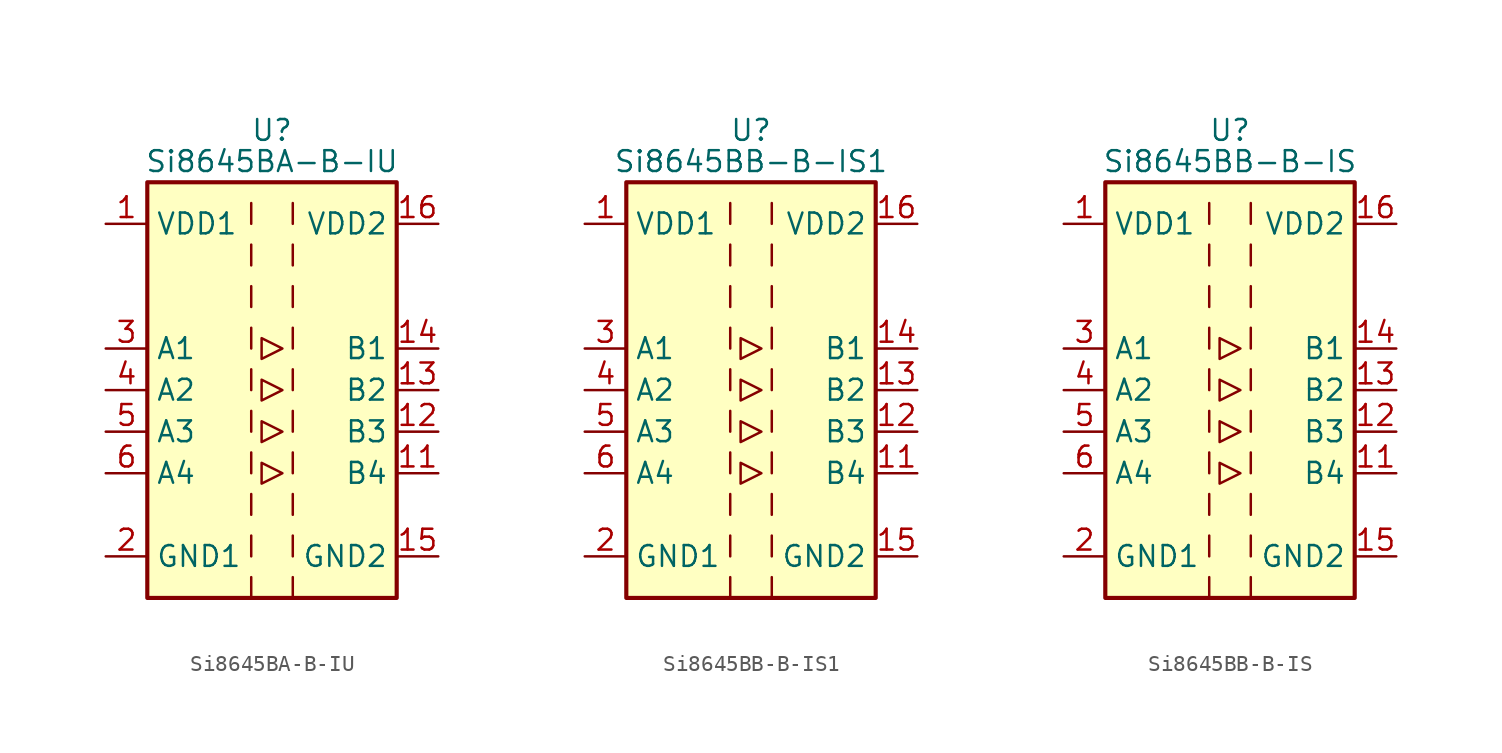
<source format=kicad_sym>
(kicad_symbol_lib
  (version 20201005)
  (generator kicad_symbol_editor)
  (symbol "Isolator_Digital:Si8645BA-B-IU"
    (property "Reference" "U"
      (at 0 15.875 0)
      (effects (font (size 1.27 1.27))))
    (property "Value" "Si8645BA-B-IU"
      (at 0 13.97 0)
      (effects (font (size 1.27 1.27))))
    (symbol "Si8645BA-B-IU_0_1"
      (rectangle (start -7.62 12.7) (end 7.62 -12.7) (stroke (width 0.254)) (fill (type background)))
      (polyline (pts (xy -1.27 -11.43) (xy -1.27 -12.7)) (stroke (width 0)) (fill (type none)))
      (polyline (pts (xy -1.27 -8.89) (xy -1.27 -10.16)) (stroke (width 0)) (fill (type none)))
      (polyline (pts (xy -1.27 -6.35) (xy -1.27 -7.62)) (stroke (width 0)) (fill (type none)))
      (polyline (pts (xy -1.27 -3.81) (xy -1.27 -5.08)) (stroke (width 0)) (fill (type none)))
      (polyline (pts (xy -1.27 -1.27) (xy -1.27 -2.54)) (stroke (width 0)) (fill (type none)))
      (polyline (pts (xy -1.27 1.27) (xy -1.27 0)) (stroke (width 0)) (fill (type none)))
      (polyline (pts (xy -1.27 3.81) (xy -1.27 2.54)) (stroke (width 0)) (fill (type none)))
      (polyline (pts (xy -1.27 6.35) (xy -1.27 5.08)) (stroke (width 0)) (fill (type none)))
      (polyline (pts (xy -1.27 8.89) (xy -1.27 7.62)) (stroke (width 0)) (fill (type none)))
      (polyline (pts (xy -1.27 11.43) (xy -1.27 10.16)) (stroke (width 0)) (fill (type none)))
      (polyline (pts (xy 1.27 -11.43) (xy 1.27 -12.7)) (stroke (width 0)) (fill (type none)))
      (polyline (pts (xy 1.27 -8.89) (xy 1.27 -10.16)) (stroke (width 0)) (fill (type none)))
      (polyline (pts (xy 1.27 -6.35) (xy 1.27 -7.62)) (stroke (width 0)) (fill (type none)))
      (polyline (pts (xy 1.27 -3.81) (xy 1.27 -5.08)) (stroke (width 0)) (fill (type none)))
      (polyline (pts (xy 1.27 -1.27) (xy 1.27 -2.54)) (stroke (width 0)) (fill (type none)))
      (polyline (pts (xy 1.27 1.27) (xy 1.27 0)) (stroke (width 0)) (fill (type none)))
      (polyline (pts (xy 1.27 3.81) (xy 1.27 2.54)) (stroke (width 0)) (fill (type none)))
      (polyline (pts (xy 1.27 6.35) (xy 1.27 5.08)) (stroke (width 0)) (fill (type none)))
      (polyline (pts (xy 1.27 8.89) (xy 1.27 7.62)) (stroke (width 0)) (fill (type none)))
      (polyline (pts (xy 1.27 11.43) (xy 1.27 10.16)) (stroke (width 0)) (fill (type none)))
      (polyline (pts (xy -0.635 0.635) (xy -0.635 -0.635) (xy 0.635 0) (xy -0.635 0.635)) (stroke (width 0)) (fill (type none)))
      (polyline (pts (xy -0.635 3.175) (xy -0.635 1.905) (xy 0.635 2.54) (xy -0.635 3.175)) (stroke (width 0)) (fill (type none)))
      (polyline (pts (xy 0.635 -5.08) (xy -0.635 -4.445) (xy -0.635 -5.715) (xy 0.635 -5.08)) (stroke (width 0)) (fill (type none)))
      (polyline (pts (xy 0.635 -2.54) (xy -0.635 -1.905) (xy -0.635 -3.175) (xy 0.635 -2.54)) (stroke (width 0)) (fill (type none))))
    (symbol "Si8645BA-B-IU_1_1"
      (pin power_in line (at -10.16 10.16 0) (length 2.54) (name "VDD1" (effects (font (size 1.27 1.27)))) (number "1" (effects (font (size 1.27 1.27)))))
      (pin no_connect line (at 7.62 7.62 180) (length 2.54) hide (name "NC" (effects (font (size 1.27 1.27)))) (number "10" (effects (font (size 1.27 1.27)))))
      (pin output line (at 10.16 -5.08 180) (length 2.54) (name "B4" (effects (font (size 1.27 1.27)))) (number "11" (effects (font (size 1.27 1.27)))))
      (pin output line (at 10.16 -2.54 180) (length 2.54) (name "B3" (effects (font (size 1.27 1.27)))) (number "12" (effects (font (size 1.27 1.27)))))
      (pin output line (at 10.16 0 180) (length 2.54) (name "B2" (effects (font (size 1.27 1.27)))) (number "13" (effects (font (size 1.27 1.27)))))
      (pin output line (at 10.16 2.54 180) (length 2.54) (name "B1" (effects (font (size 1.27 1.27)))) (number "14" (effects (font (size 1.27 1.27)))))
      (pin power_in line (at 10.16 -10.16 180) (length 2.54) (name "GND2" (effects (font (size 1.27 1.27)))) (number "15" (effects (font (size 1.27 1.27)))))
      (pin power_in line (at 10.16 10.16 180) (length 2.54) (name "VDD2" (effects (font (size 1.27 1.27)))) (number "16" (effects (font (size 1.27 1.27)))))
      (pin power_in line (at -10.16 -10.16 0) (length 2.54) (name "GND1" (effects (font (size 1.27 1.27)))) (number "2" (effects (font (size 1.27 1.27)))))
      (pin input line (at -10.16 2.54 0) (length 2.54) (name "A1" (effects (font (size 1.27 1.27)))) (number "3" (effects (font (size 1.27 1.27)))))
      (pin input line (at -10.16 0 0) (length 2.54) (name "A2" (effects (font (size 1.27 1.27)))) (number "4" (effects (font (size 1.27 1.27)))))
      (pin input line (at -10.16 -2.54 0) (length 2.54) (name "A3" (effects (font (size 1.27 1.27)))) (number "5" (effects (font (size 1.27 1.27)))))
      (pin input line (at -10.16 -5.08 0) (length 2.54) (name "A4" (effects (font (size 1.27 1.27)))) (number "6" (effects (font (size 1.27 1.27)))))
      (pin no_connect line (at -7.62 7.62 0) (length 2.54) hide (name "NC" (effects (font (size 1.27 1.27)))) (number "7" (effects (font (size 1.27 1.27)))))
      (pin passive line (at -10.16 -10.16 0) (length 2.54) hide (name "GND1" (effects (font (size 1.27 1.27)))) (number "8" (effects (font (size 1.27 1.27)))))
      (pin passive line (at 10.16 -10.16 180) (length 2.54) hide (name "GND2" (effects (font (size 1.27 1.27)))) (number "9" (effects (font (size 1.27 1.27)))))))
  (symbol "Isolator_Digital:Si8645BB-B-IS1"
    (property "Reference" "U"
      (at 0 15.875 0)
      (effects (font (size 1.27 1.27))))
    (property "Value" "Si8645BB-B-IS1"
      (at 0 13.97 0)
      (effects (font (size 1.27 1.27))))
    (symbol "Si8645BB-B-IS1_0_1"
      (rectangle (start -7.62 12.7) (end 7.62 -12.7) (stroke (width 0.254)) (fill (type background)))
      (polyline (pts (xy -1.27 -11.43) (xy -1.27 -12.7)) (stroke (width 0)) (fill (type none)))
      (polyline (pts (xy -1.27 -8.89) (xy -1.27 -10.16)) (stroke (width 0)) (fill (type none)))
      (polyline (pts (xy -1.27 -6.35) (xy -1.27 -7.62)) (stroke (width 0)) (fill (type none)))
      (polyline (pts (xy -1.27 -3.81) (xy -1.27 -5.08)) (stroke (width 0)) (fill (type none)))
      (polyline (pts (xy -1.27 -1.27) (xy -1.27 -2.54)) (stroke (width 0)) (fill (type none)))
      (polyline (pts (xy -1.27 1.27) (xy -1.27 0)) (stroke (width 0)) (fill (type none)))
      (polyline (pts (xy -1.27 3.81) (xy -1.27 2.54)) (stroke (width 0)) (fill (type none)))
      (polyline (pts (xy -1.27 6.35) (xy -1.27 5.08)) (stroke (width 0)) (fill (type none)))
      (polyline (pts (xy -1.27 8.89) (xy -1.27 7.62)) (stroke (width 0)) (fill (type none)))
      (polyline (pts (xy -1.27 11.43) (xy -1.27 10.16)) (stroke (width 0)) (fill (type none)))
      (polyline (pts (xy 1.27 -11.43) (xy 1.27 -12.7)) (stroke (width 0)) (fill (type none)))
      (polyline (pts (xy 1.27 -8.89) (xy 1.27 -10.16)) (stroke (width 0)) (fill (type none)))
      (polyline (pts (xy 1.27 -6.35) (xy 1.27 -7.62)) (stroke (width 0)) (fill (type none)))
      (polyline (pts (xy 1.27 -3.81) (xy 1.27 -5.08)) (stroke (width 0)) (fill (type none)))
      (polyline (pts (xy 1.27 -1.27) (xy 1.27 -2.54)) (stroke (width 0)) (fill (type none)))
      (polyline (pts (xy 1.27 1.27) (xy 1.27 0)) (stroke (width 0)) (fill (type none)))
      (polyline (pts (xy 1.27 3.81) (xy 1.27 2.54)) (stroke (width 0)) (fill (type none)))
      (polyline (pts (xy 1.27 6.35) (xy 1.27 5.08)) (stroke (width 0)) (fill (type none)))
      (polyline (pts (xy 1.27 8.89) (xy 1.27 7.62)) (stroke (width 0)) (fill (type none)))
      (polyline (pts (xy 1.27 11.43) (xy 1.27 10.16)) (stroke (width 0)) (fill (type none)))
      (polyline (pts (xy -0.635 0.635) (xy -0.635 -0.635) (xy 0.635 0) (xy -0.635 0.635)) (stroke (width 0)) (fill (type none)))
      (polyline (pts (xy -0.635 3.175) (xy -0.635 1.905) (xy 0.635 2.54) (xy -0.635 3.175)) (stroke (width 0)) (fill (type none)))
      (polyline (pts (xy 0.635 -5.08) (xy -0.635 -4.445) (xy -0.635 -5.715) (xy 0.635 -5.08)) (stroke (width 0)) (fill (type none)))
      (polyline (pts (xy 0.635 -2.54) (xy -0.635 -1.905) (xy -0.635 -3.175) (xy 0.635 -2.54)) (stroke (width 0)) (fill (type none))))
    (symbol "Si8645BB-B-IS1_1_1"
      (pin power_in line (at -10.16 10.16 0) (length 2.54) (name "VDD1" (effects (font (size 1.27 1.27)))) (number "1" (effects (font (size 1.27 1.27)))))
      (pin no_connect line (at 7.62 7.62 180) (length 2.54) hide (name "NC" (effects (font (size 1.27 1.27)))) (number "10" (effects (font (size 1.27 1.27)))))
      (pin output line (at 10.16 -5.08 180) (length 2.54) (name "B4" (effects (font (size 1.27 1.27)))) (number "11" (effects (font (size 1.27 1.27)))))
      (pin output line (at 10.16 -2.54 180) (length 2.54) (name "B3" (effects (font (size 1.27 1.27)))) (number "12" (effects (font (size 1.27 1.27)))))
      (pin output line (at 10.16 0 180) (length 2.54) (name "B2" (effects (font (size 1.27 1.27)))) (number "13" (effects (font (size 1.27 1.27)))))
      (pin output line (at 10.16 2.54 180) (length 2.54) (name "B1" (effects (font (size 1.27 1.27)))) (number "14" (effects (font (size 1.27 1.27)))))
      (pin power_in line (at 10.16 -10.16 180) (length 2.54) (name "GND2" (effects (font (size 1.27 1.27)))) (number "15" (effects (font (size 1.27 1.27)))))
      (pin power_in line (at 10.16 10.16 180) (length 2.54) (name "VDD2" (effects (font (size 1.27 1.27)))) (number "16" (effects (font (size 1.27 1.27)))))
      (pin power_in line (at -10.16 -10.16 0) (length 2.54) (name "GND1" (effects (font (size 1.27 1.27)))) (number "2" (effects (font (size 1.27 1.27)))))
      (pin input line (at -10.16 2.54 0) (length 2.54) (name "A1" (effects (font (size 1.27 1.27)))) (number "3" (effects (font (size 1.27 1.27)))))
      (pin input line (at -10.16 0 0) (length 2.54) (name "A2" (effects (font (size 1.27 1.27)))) (number "4" (effects (font (size 1.27 1.27)))))
      (pin input line (at -10.16 -2.54 0) (length 2.54) (name "A3" (effects (font (size 1.27 1.27)))) (number "5" (effects (font (size 1.27 1.27)))))
      (pin input line (at -10.16 -5.08 0) (length 2.54) (name "A4" (effects (font (size 1.27 1.27)))) (number "6" (effects (font (size 1.27 1.27)))))
      (pin no_connect line (at -7.62 7.62 0) (length 2.54) hide (name "NC" (effects (font (size 1.27 1.27)))) (number "7" (effects (font (size 1.27 1.27)))))
      (pin passive line (at -10.16 -10.16 0) (length 2.54) hide (name "GND1" (effects (font (size 1.27 1.27)))) (number "8" (effects (font (size 1.27 1.27)))))
      (pin passive line (at 10.16 -10.16 180) (length 2.54) hide (name "GND2" (effects (font (size 1.27 1.27)))) (number "9" (effects (font (size 1.27 1.27)))))))
  (symbol "Isolator_Digital:Si8645BB-B-IS"
    (property "Reference" "U"
      (at 0 15.875 0)
      (effects (font (size 1.27 1.27))))
    (property "Value" "Si8645BB-B-IS"
      (at 0 13.97 0)
      (effects (font (size 1.27 1.27))))
    (symbol "Si8645BB-B-IS_0_1"
      (rectangle (start -7.62 12.7) (end 7.62 -12.7) (stroke (width 0.254)) (fill (type background)))
      (polyline (pts (xy -1.27 -11.43) (xy -1.27 -12.7)) (stroke (width 0)) (fill (type none)))
      (polyline (pts (xy -1.27 -8.89) (xy -1.27 -10.16)) (stroke (width 0)) (fill (type none)))
      (polyline (pts (xy -1.27 -6.35) (xy -1.27 -7.62)) (stroke (width 0)) (fill (type none)))
      (polyline (pts (xy -1.27 -3.81) (xy -1.27 -5.08)) (stroke (width 0)) (fill (type none)))
      (polyline (pts (xy -1.27 -1.27) (xy -1.27 -2.54)) (stroke (width 0)) (fill (type none)))
      (polyline (pts (xy -1.27 1.27) (xy -1.27 0)) (stroke (width 0)) (fill (type none)))
      (polyline (pts (xy -1.27 3.81) (xy -1.27 2.54)) (stroke (width 0)) (fill (type none)))
      (polyline (pts (xy -1.27 6.35) (xy -1.27 5.08)) (stroke (width 0)) (fill (type none)))
      (polyline (pts (xy -1.27 8.89) (xy -1.27 7.62)) (stroke (width 0)) (fill (type none)))
      (polyline (pts (xy -1.27 11.43) (xy -1.27 10.16)) (stroke (width 0)) (fill (type none)))
      (polyline (pts (xy 1.27 -11.43) (xy 1.27 -12.7)) (stroke (width 0)) (fill (type none)))
      (polyline (pts (xy 1.27 -8.89) (xy 1.27 -10.16)) (stroke (width 0)) (fill (type none)))
      (polyline (pts (xy 1.27 -6.35) (xy 1.27 -7.62)) (stroke (width 0)) (fill (type none)))
      (polyline (pts (xy 1.27 -3.81) (xy 1.27 -5.08)) (stroke (width 0)) (fill (type none)))
      (polyline (pts (xy 1.27 -1.27) (xy 1.27 -2.54)) (stroke (width 0)) (fill (type none)))
      (polyline (pts (xy 1.27 1.27) (xy 1.27 0)) (stroke (width 0)) (fill (type none)))
      (polyline (pts (xy 1.27 3.81) (xy 1.27 2.54)) (stroke (width 0)) (fill (type none)))
      (polyline (pts (xy 1.27 6.35) (xy 1.27 5.08)) (stroke (width 0)) (fill (type none)))
      (polyline (pts (xy 1.27 8.89) (xy 1.27 7.62)) (stroke (width 0)) (fill (type none)))
      (polyline (pts (xy 1.27 11.43) (xy 1.27 10.16)) (stroke (width 0)) (fill (type none)))
      (polyline (pts (xy -0.635 0.635) (xy -0.635 -0.635) (xy 0.635 0) (xy -0.635 0.635)) (stroke (width 0)) (fill (type none)))
      (polyline (pts (xy -0.635 3.175) (xy -0.635 1.905) (xy 0.635 2.54) (xy -0.635 3.175)) (stroke (width 0)) (fill (type none)))
      (polyline (pts (xy 0.635 -5.08) (xy -0.635 -4.445) (xy -0.635 -5.715) (xy 0.635 -5.08)) (stroke (width 0)) (fill (type none)))
      (polyline (pts (xy 0.635 -2.54) (xy -0.635 -1.905) (xy -0.635 -3.175) (xy 0.635 -2.54)) (stroke (width 0)) (fill (type none))))
    (symbol "Si8645BB-B-IS_1_1"
      (pin power_in line (at -10.16 10.16 0) (length 2.54) (name "VDD1" (effects (font (size 1.27 1.27)))) (number "1" (effects (font (size 1.27 1.27)))))
      (pin no_connect line (at 7.62 7.62 180) (length 2.54) hide (name "NC" (effects (font (size 1.27 1.27)))) (number "10" (effects (font (size 1.27 1.27)))))
      (pin output line (at 10.16 -5.08 180) (length 2.54) (name "B4" (effects (font (size 1.27 1.27)))) (number "11" (effects (font (size 1.27 1.27)))))
      (pin output line (at 10.16 -2.54 180) (length 2.54) (name "B3" (effects (font (size 1.27 1.27)))) (number "12" (effects (font (size 1.27 1.27)))))
      (pin output line (at 10.16 0 180) (length 2.54) (name "B2" (effects (font (size 1.27 1.27)))) (number "13" (effects (font (size 1.27 1.27)))))
      (pin output line (at 10.16 2.54 180) (length 2.54) (name "B1" (effects (font (size 1.27 1.27)))) (number "14" (effects (font (size 1.27 1.27)))))
      (pin power_in line (at 10.16 -10.16 180) (length 2.54) (name "GND2" (effects (font (size 1.27 1.27)))) (number "15" (effects (font (size 1.27 1.27)))))
      (pin power_in line (at 10.16 10.16 180) (length 2.54) (name "VDD2" (effects (font (size 1.27 1.27)))) (number "16" (effects (font (size 1.27 1.27)))))
      (pin power_in line (at -10.16 -10.16 0) (length 2.54) (name "GND1" (effects (font (size 1.27 1.27)))) (number "2" (effects (font (size 1.27 1.27)))))
      (pin input line (at -10.16 2.54 0) (length 2.54) (name "A1" (effects (font (size 1.27 1.27)))) (number "3" (effects (font (size 1.27 1.27)))))
      (pin input line (at -10.16 0 0) (length 2.54) (name "A2" (effects (font (size 1.27 1.27)))) (number "4" (effects (font (size 1.27 1.27)))))
      (pin input line (at -10.16 -2.54 0) (length 2.54) (name "A3" (effects (font (size 1.27 1.27)))) (number "5" (effects (font (size 1.27 1.27)))))
      (pin input line (at -10.16 -5.08 0) (length 2.54) (name "A4" (effects (font (size 1.27 1.27)))) (number "6" (effects (font (size 1.27 1.27)))))
      (pin no_connect line (at -7.62 7.62 0) (length 2.54) hide (name "NC" (effects (font (size 1.27 1.27)))) (number "7" (effects (font (size 1.27 1.27)))))
      (pin passive line (at -10.16 -10.16 0) (length 2.54) hide (name "GND1" (effects (font (size 1.27 1.27)))) (number "8" (effects (font (size 1.27 1.27)))))
      (pin passive line (at 10.16 -10.16 180) (length 2.54) hide (name "GND2" (effects (font (size 1.27 1.27)))) (number "9" (effects (font (size 1.27 1.27))))))))
</source>
